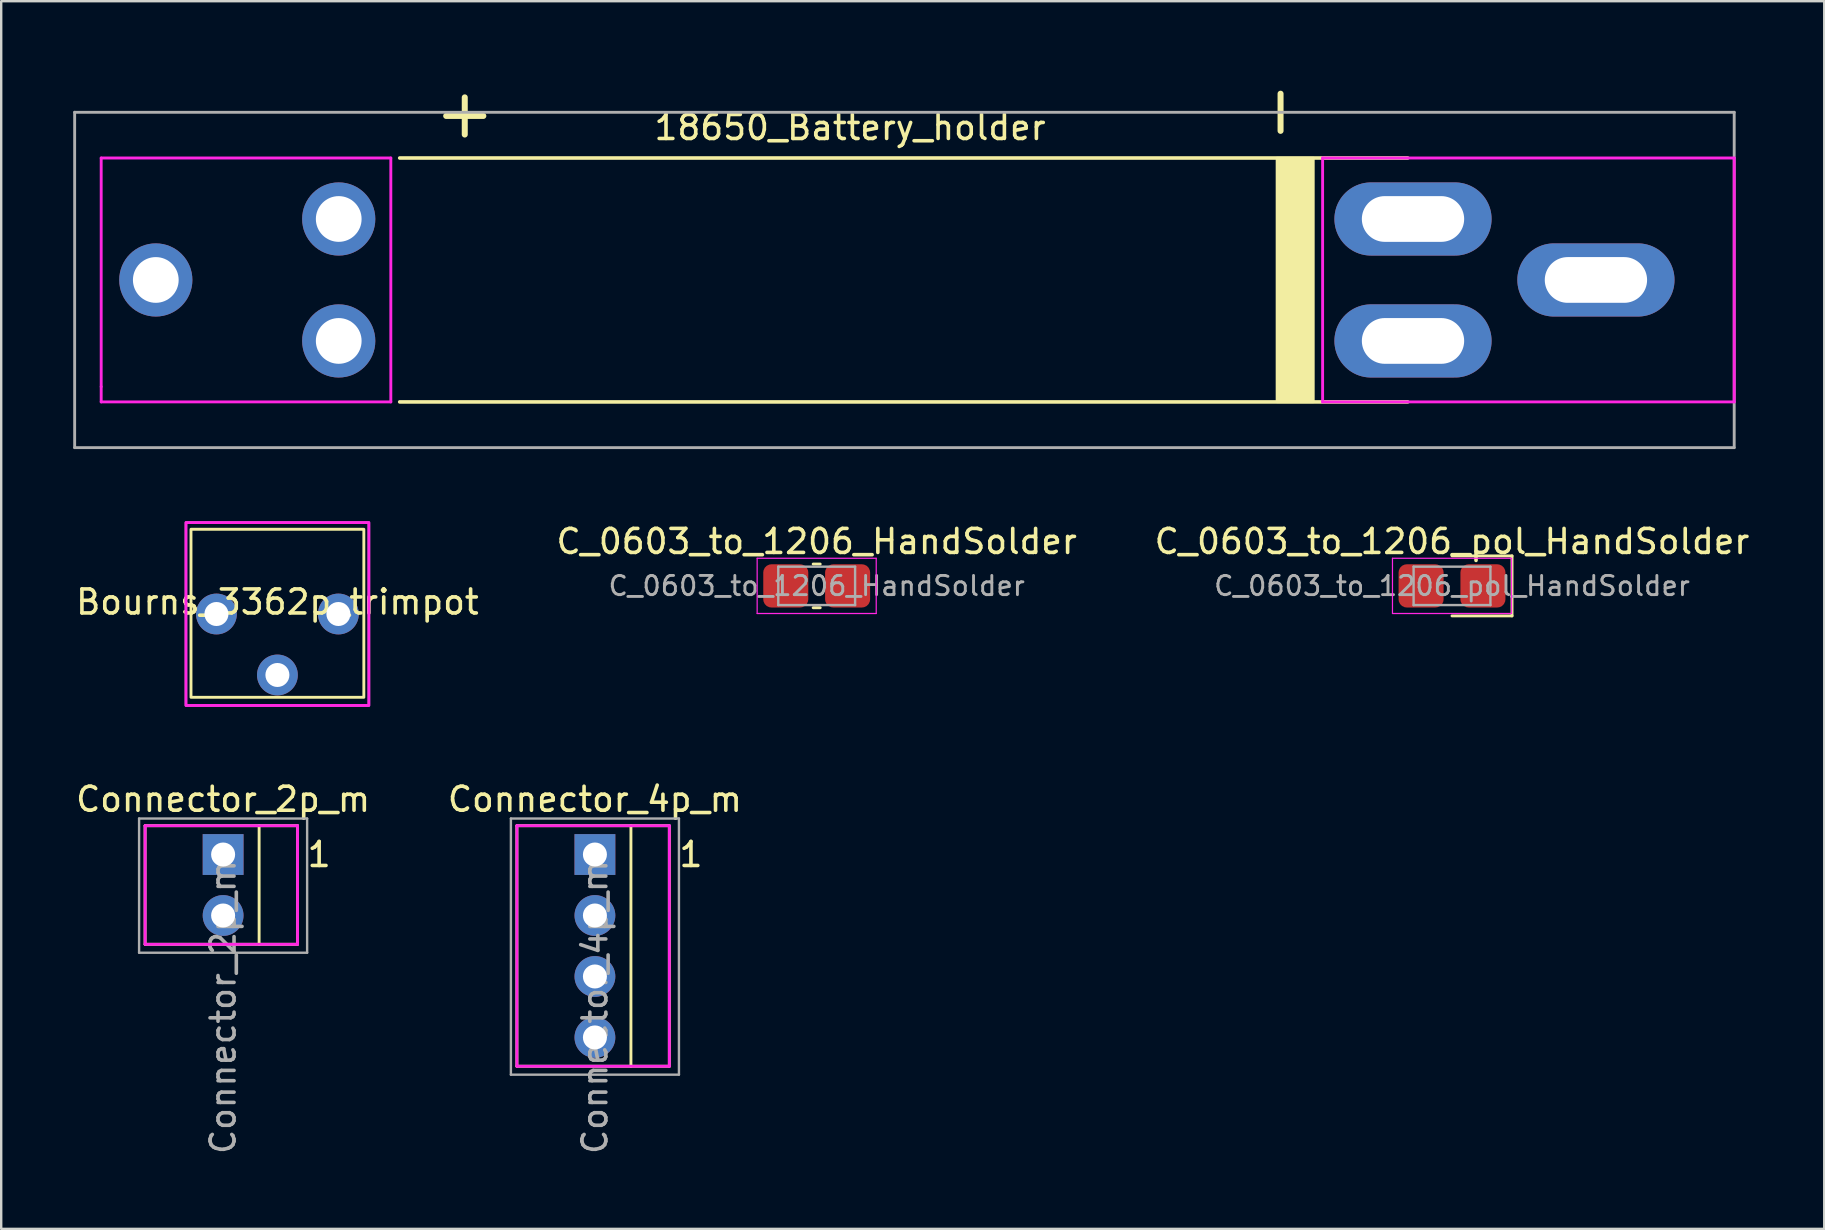
<source format=kicad_pcb>
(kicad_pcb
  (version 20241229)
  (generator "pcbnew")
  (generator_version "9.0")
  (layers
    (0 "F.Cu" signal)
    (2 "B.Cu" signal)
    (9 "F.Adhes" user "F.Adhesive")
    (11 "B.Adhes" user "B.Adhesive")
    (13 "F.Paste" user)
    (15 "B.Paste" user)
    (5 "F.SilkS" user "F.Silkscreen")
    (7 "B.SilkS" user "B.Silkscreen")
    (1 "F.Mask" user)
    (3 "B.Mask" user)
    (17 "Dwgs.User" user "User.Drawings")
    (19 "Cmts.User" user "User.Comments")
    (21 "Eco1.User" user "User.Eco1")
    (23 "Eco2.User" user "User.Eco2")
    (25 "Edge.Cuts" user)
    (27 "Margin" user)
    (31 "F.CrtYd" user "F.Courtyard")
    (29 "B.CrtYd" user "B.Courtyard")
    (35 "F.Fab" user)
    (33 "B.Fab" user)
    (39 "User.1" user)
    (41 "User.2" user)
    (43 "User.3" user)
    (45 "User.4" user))
  (footprint "C_0603_to_1206_pol_HandSolder"
    (layer "F.Cu")
    (at 57.435 21.356)
    (property "Reference" "C_0603_to_1206_pol_HandSolder" (at 0 -1.85 0) (layer "F.SilkS") (effects (font (size 1 1) (thickness 0.15))))
    (attr smd)
    (fp_line (start 0 -1.25) (end 2.5 -1.25) (stroke (width 0.12) (type solid)) (layer "F.SilkS"))
    (fp_line (start 0 1.25) (end 2.5 1.25) (stroke (width 0.12) (type solid)) (layer "F.SilkS"))
    (fp_line (start 2.5 -1.25) (end 2.5 1.25) (stroke (width 0.12) (type solid)) (layer "F.SilkS"))
    (fp_line (start -2.48 -1.15) (end 2.48 -1.15) (stroke (width 0.05) (type solid)) (layer "F.CrtYd"))
    (fp_line (start -2.48 1.15) (end -2.48 -1.15) (stroke (width 0.05) (type solid)) (layer "F.CrtYd"))
    (fp_line (start 2.48 -1.15) (end 2.48 1.15) (stroke (width 0.05) (type solid)) (layer "F.CrtYd"))
    (fp_line (start 2.48 1.15) (end -2.48 1.15) (stroke (width 0.05) (type solid)) (layer "F.CrtYd"))
    (fp_line (start -1.6 -0.8) (end 1.6 -0.8) (stroke (width 0.1) (type solid)) (layer "F.Fab"))
    (fp_line (start -1.6 0.8) (end -1.6 -0.8) (stroke (width 0.1) (type solid)) (layer "F.Fab"))
    (fp_line (start 1.6 -0.8) (end 1.6 0.8) (stroke (width 0.1) (type solid)) (layer "F.Fab"))
    (fp_line (start 1.6 0.8) (end -1.6 0.8) (stroke (width 0.1) (type solid)) (layer "F.Fab"))
    (fp_text user "${REFERENCE}" (at 0 0 0) (layer "F.Fab") (effects (font (size 0.8 0.8) (thickness 0.12))))
    (pad "1" smd roundrect (at -1.288 0) (size 1.875 1.8) (layers "F.Cu" "F.Mask" "F.Paste") (roundrect_rratio 0.189))
    (pad "2" smd roundrect (at 1.288 0) (size 1.875 1.8) (layers "F.Cu" "F.Mask" "F.Paste") (roundrect_rratio 0.189)))
  (footprint "Connector_2p_m"
    (layer "F.Cu")
    (at 6.244 32.546)
    (property "Reference" "Connector_2p_m" (at 0 -2.3 0) (layer "F.SilkS") (effects (font (size 1 1) (thickness 0.15))))
    (attr through_hole)
    (fp_line (start -3.25 -1.2) (end 3.1 -1.2) (stroke (width 0.12) (type solid)) (layer "F.SilkS"))
    (fp_line (start -3.25 3.74) (end -3.25 -1.2) (stroke (width 0.12) (type solid)) (layer "F.SilkS"))
    (fp_line (start -3.25 3.74) (end 3.1 3.74) (stroke (width 0.12) (type solid)) (layer "F.SilkS"))
    (fp_line (start 1.5 -1.2) (end 1.5 3.74) (stroke (width 0.12) (type solid)) (layer "F.SilkS"))
    (fp_line (start 3.1 -1.2) (end 3.1 3.74) (stroke (width 0.12) (type solid)) (layer "F.SilkS"))
    (fp_line (start -3.25 -1.2) (end 3.1 -1.2) (stroke (width 0.12) (type solid)) (layer "F.CrtYd"))
    (fp_line (start -3.25 3.74) (end -3.25 -1.2) (stroke (width 0.12) (type solid)) (layer "F.CrtYd"))
    (fp_line (start -3.25 3.74) (end 3.1 3.74) (stroke (width 0.12) (type solid)) (layer "F.CrtYd"))
    (fp_line (start 3.1 -1.2) (end 3.1 3.74) (stroke (width 0.12) (type solid)) (layer "F.CrtYd"))
    (fp_line (start -3.5 -1.5) (end 3.5 -1.5) (stroke (width 0.1) (type solid)) (layer "F.Fab"))
    (fp_line (start -3.5 4.09) (end -3.5 -1.5) (stroke (width 0.1) (type solid)) (layer "F.Fab"))
    (fp_line (start 3.5 -1.5) (end 3.5 4.09) (stroke (width 0.1) (type solid)) (layer "F.Fab"))
    (fp_line (start 3.5 4.09) (end -3.5 4.09) (stroke (width 0.1) (type solid)) (layer "F.Fab"))
    (fp_text user "1" (at 4 0 0) (unlocked yes) (layer "F.SilkS") (effects (font (size 1 1) (thickness 0.15))))
    (fp_text user "${REFERENCE}" (at 0 6.35 90) (layer "F.Fab") (effects (font (size 1 1) (thickness 0.15))))
    (pad "1" thru_hole rect (at 0 0) (size 1.7 1.7) (drill 1) (layers "*.Cu" "*.Mask"))
    (pad "2" thru_hole oval (at 0 2.54) (size 1.7 1.7) (drill 1) (layers "*.Cu" "*.Mask")))
  (footprint "Connector_4p_m"
    (layer "F.Cu")
    (at 21.732 32.546)
    (property "Reference" "Connector_4p_m" (at 0 -2.3 0) (layer "F.SilkS") (effects (font (size 1 1) (thickness 0.15))))
    (attr through_hole)
    (fp_line (start -3.25 -1.2) (end 3.1 -1.2) (stroke (width 0.12) (type solid)) (layer "F.SilkS"))
    (fp_line (start -3.25 8.82) (end -3.25 -1.2) (stroke (width 0.12) (type solid)) (layer "F.SilkS"))
    (fp_line (start -3.25 8.82) (end 3.1 8.82) (stroke (width 0.12) (type solid)) (layer "F.SilkS"))
    (fp_line (start 1.5 -1.2) (end 1.5 8.82) (stroke (width 0.12) (type solid)) (layer "F.SilkS"))
    (fp_line (start 3.1 -1.2) (end 3.1 8.82) (stroke (width 0.12) (type solid)) (layer "F.SilkS"))
    (fp_line (start -3.25 -1.2) (end 3.1 -1.2) (stroke (width 0.12) (type solid)) (layer "F.CrtYd"))
    (fp_line (start -3.25 8.82) (end -3.25 -1.2) (stroke (width 0.12) (type solid)) (layer "F.CrtYd"))
    (fp_line (start -3.25 8.82) (end 3.1 8.82) (stroke (width 0.12) (type solid)) (layer "F.CrtYd"))
    (fp_line (start 3.1 -1.2) (end 3.1 8.82) (stroke (width 0.12) (type solid)) (layer "F.CrtYd"))
    (fp_line (start -3.5 -1.5) (end 3.5 -1.5) (stroke (width 0.1) (type solid)) (layer "F.Fab"))
    (fp_line (start -3.5 9.17) (end -3.5 -1.5) (stroke (width 0.1) (type solid)) (layer "F.Fab"))
    (fp_line (start 3.5 -1.5) (end 3.5 9.17) (stroke (width 0.1) (type solid)) (layer "F.Fab"))
    (fp_line (start 3.5 9.17) (end -3.5 9.17) (stroke (width 0.1) (type solid)) (layer "F.Fab"))
    (fp_text user "1" (at 4 0 0) (unlocked yes) (layer "F.SilkS") (effects (font (size 1 1) (thickness 0.15))))
    (fp_text user "${REFERENCE}" (at 0 6.35 90) (layer "F.Fab") (effects (font (size 1 1) (thickness 0.15))))
    (pad "1" thru_hole rect (at 0 0) (size 1.7 1.7) (drill 1) (layers "*.Cu" "*.Mask"))
    (pad "2" thru_hole oval (at 0 2.54) (size 1.7 1.7) (drill 1) (layers "*.Cu" "*.Mask"))
    (pad "3" thru_hole oval (at 0 5.08) (size 1.7 1.7) (drill 1) (layers "*.Cu" "*.Mask"))
    (pad "4" thru_hole oval (at 0 7.62) (size 1.7 1.7) (drill 1) (layers "*.Cu" "*.Mask")))
  (footprint "18650_Battery_holder"
    (layer "F.Cu")
    (at 54.06 8.612)
    (property "Reference" "18650_Battery_holder" (at -21.7 -6.35 0) (layer "F.SilkS") (effects (font (size 1 1) (thickness 0.15))))
    (attr through_hole)
    (fp_line (start -40.46 -5.08) (end 1.53 -5.08) (stroke (width 0.15) (type solid)) (layer "F.SilkS"))
    (fp_line (start 1.53 5.08) (end -40.46 5.08) (stroke (width 0.15) (type solid)) (layer "F.SilkS"))
    (fp_poly (pts (xy -2.396 -5.08) (xy -2.396 5.08) (xy -3.92 5.08) (xy -3.92 -5.08)) (stroke (width 0.1) (type solid)) (fill yes) (layer "F.SilkS"))
    (fp_line (start -52.895 -5.08) (end -52.895 4.445) (stroke (width 0.12) (type solid)) (layer "F.CrtYd"))
    (fp_line (start -52.895 4.445) (end -52.895 5.08) (stroke (width 0.12) (type solid)) (layer "F.CrtYd"))
    (fp_line (start -52.895 5.08) (end -40.83 5.08) (stroke (width 0.12) (type solid)) (layer "F.CrtYd"))
    (fp_line (start -40.83 -5.08) (end -52.895 -5.08) (stroke (width 0.12) (type solid)) (layer "F.CrtYd"))
    (fp_line (start -40.83 5.08) (end -40.83 -5.08) (stroke (width 0.12) (type solid)) (layer "F.CrtYd"))
    (fp_line (start -2.015 -5.08) (end -2.015 5.08) (stroke (width 0.12) (type solid)) (layer "F.CrtYd"))
    (fp_line (start -2.015 5.08) (end 15.13 5.08) (stroke (width 0.12) (type solid)) (layer "F.CrtYd"))
    (fp_line (start 15.13 -5.08) (end -2.015 -5.08) (stroke (width 0.12) (type solid)) (layer "F.CrtYd"))
    (fp_line (start 15.13 5.08) (end 15.13 -5.08) (stroke (width 0.12) (type solid)) (layer "F.CrtYd"))
    (fp_line (start -54 -6.985) (end 15.13 -6.985) (stroke (width 0.12) (type solid)) (layer "F.Fab"))
    (fp_line (start -54 6.985) (end -54 -6.985) (stroke (width 0.12) (type solid)) (layer "F.Fab"))
    (fp_line (start 15.13 -6.985) (end 15.13 6.985) (stroke (width 0.12) (type solid)) (layer "F.Fab"))
    (fp_line (start 15.13 6.985) (end -54 6.985) (stroke (width 0.12) (type solid)) (layer "F.Fab"))
    (fp_text user "-" (at -3.92 -6.985 90) (layer "F.SilkS") (effects (font (size 2.032 2.032) (thickness 0.25))))
    (fp_text user "+" (at -37.75 -6.985 0) (layer "F.SilkS") (effects (font (size 2.032 2.032) (thickness 0.25))))
    (pad "1" thru_hole circle (at -50.62 0) (size 3.048 3.048) (drill 1.905) (layers "*.Cu" "*.Mask"))
    (pad "1" thru_hole circle (at -43 -2.54) (size 3.048 3.048) (drill 1.905) (layers "*.Cu" "*.Mask"))
    (pad "1" thru_hole circle (at -43 2.54) (size 3.048 3.048) (drill 1.905) (layers "*.Cu" "*.Mask"))
    (pad "2" thru_hole oval (at 1.75 -2.54) (size 6.548 3.048) (drill oval 4.262 1.905) (layers "*.Cu" "*.Mask"))
    (pad "2" thru_hole oval (at 1.75 2.54) (size 6.548 3.048) (drill oval 4.262 1.905) (layers "*.Cu" "*.Mask"))
    (pad "2" thru_hole oval (at 9.37 0) (size 6.548 3.048) (drill oval 4.262 1.905) (layers "*.Cu" "*.Mask")))
  (footprint "C_0603_to_1206_HandSolder"
    (layer "F.Cu")
    (at 30.97 21.356)
    (property "Reference" "C_0603_to_1206_HandSolder" (at 0 -1.85 0) (layer "F.SilkS") (effects (font (size 1 1) (thickness 0.15))))
    (attr smd)
    (fp_line (start -0.147 -0.91) (end 0.147 -0.91) (stroke (width 0.12) (type solid)) (layer "F.SilkS"))
    (fp_line (start -0.147 0.91) (end 0.147 0.91) (stroke (width 0.12) (type solid)) (layer "F.SilkS"))
    (fp_line (start -2.48 -1.15) (end 2.48 -1.15) (stroke (width 0.05) (type solid)) (layer "F.CrtYd"))
    (fp_line (start -2.48 1.15) (end -2.48 -1.15) (stroke (width 0.05) (type solid)) (layer "F.CrtYd"))
    (fp_line (start 2.48 -1.15) (end 2.48 1.15) (stroke (width 0.05) (type solid)) (layer "F.CrtYd"))
    (fp_line (start 2.48 1.15) (end -2.48 1.15) (stroke (width 0.05) (type solid)) (layer "F.CrtYd"))
    (fp_line (start -1.6 -0.8) (end 1.6 -0.8) (stroke (width 0.1) (type solid)) (layer "F.Fab"))
    (fp_line (start -1.6 0.8) (end -1.6 -0.8) (stroke (width 0.1) (type solid)) (layer "F.Fab"))
    (fp_line (start 1.6 -0.8) (end 1.6 0.8) (stroke (width 0.1) (type solid)) (layer "F.Fab"))
    (fp_line (start 1.6 0.8) (end -1.6 0.8) (stroke (width 0.1) (type solid)) (layer "F.Fab"))
    (fp_text user "${REFERENCE}" (at 0 0 0) (layer "F.Fab") (effects (font (size 0.8 0.8) (thickness 0.12))))
    (pad "1" smd roundrect (at -1.288 0) (size 1.875 1.8) (layers "F.Cu" "F.Mask" "F.Paste") (roundrect_rratio 0.189))
    (pad "2" smd roundrect (at 1.288 0) (size 1.875 1.8) (layers "F.Cu" "F.Mask" "F.Paste") (roundrect_rratio 0.189)))
  (footprint "Bourns_3362p_trimpot"
    (layer "F.Cu")
    (at 8.506 22.527)
    (property "Reference" "Bourns_3362p_trimpot" (at 0 -0.5 0) (unlocked yes) (layer "F.SilkS") (effects (font (size 1 1) (thickness 0.15))))
    (attr through_hole)
    (fp_rect (start -3.6 3.47) (end 3.6 -3.53) (stroke (width 0.12) (type solid)) (fill no) (layer "F.SilkS"))
    (fp_rect (start -3.81 -3.81) (end 3.81 3.81) (stroke (width 0.12) (type solid)) (fill no) (layer "F.CrtYd"))
    (fp_rect (start -3.81 -3.81) (end 3.81 3.81) (stroke (width 0.1) (type solid)) (fill no) (layer "F.Fab"))
    (pad "1" thru_hole circle (at -2.54 0) (size 1.7 1.7) (drill 1) (layers "*.Cu" "*.Mask"))
    (pad "2" thru_hole circle (at 0 2.54) (size 1.7 1.7) (drill 1) (layers "*.Cu" "*.Mask"))
    (pad "3" thru_hole circle (at 2.54 0) (size 1.7 1.7) (drill 1) (layers "*.Cu" "*.Mask")))
  (gr_rect
    (start -3 -3)
    (end 72.94 48.14)
    (stroke (width 0.1) (type default))
    (fill no)
    (layer "Edge.Cuts")))
</source>
